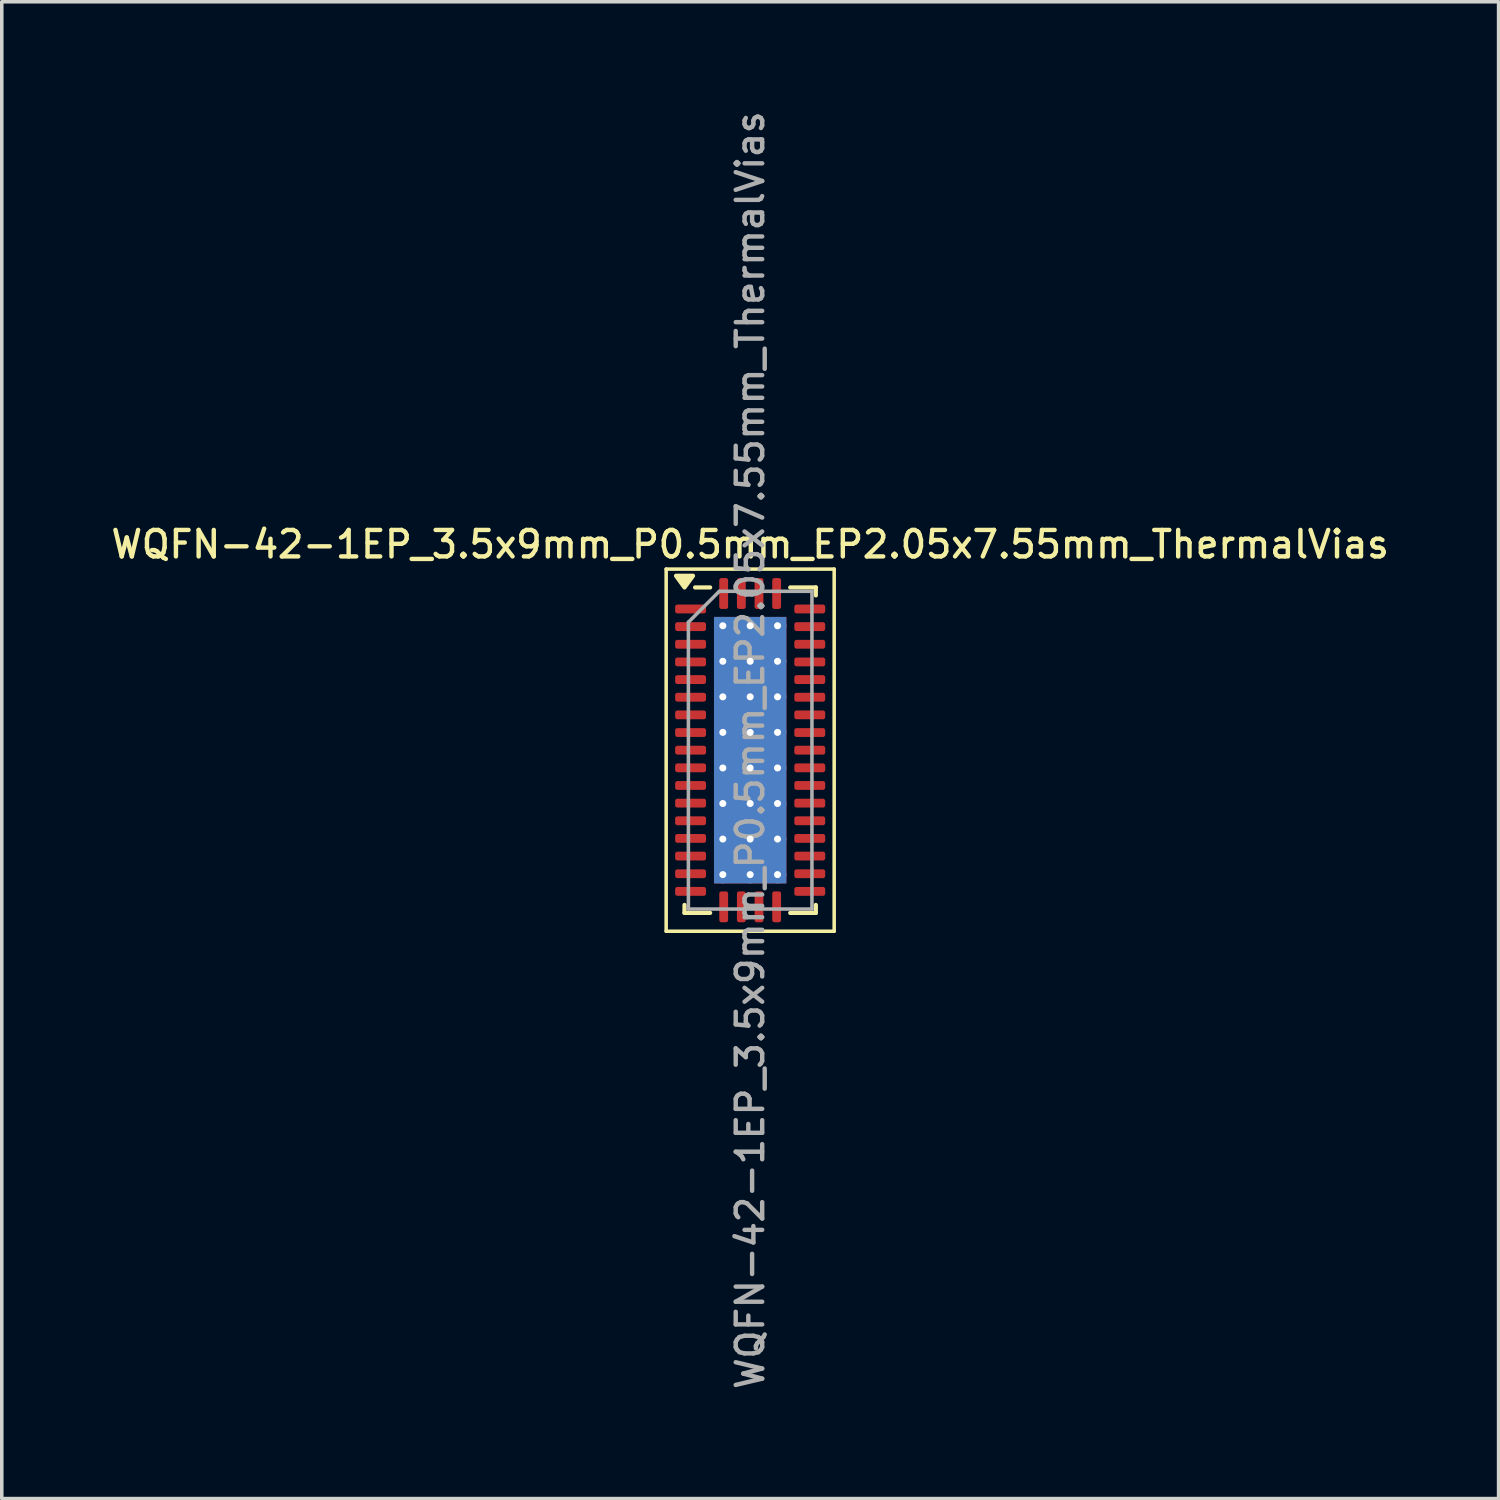
<source format=kicad_pcb>
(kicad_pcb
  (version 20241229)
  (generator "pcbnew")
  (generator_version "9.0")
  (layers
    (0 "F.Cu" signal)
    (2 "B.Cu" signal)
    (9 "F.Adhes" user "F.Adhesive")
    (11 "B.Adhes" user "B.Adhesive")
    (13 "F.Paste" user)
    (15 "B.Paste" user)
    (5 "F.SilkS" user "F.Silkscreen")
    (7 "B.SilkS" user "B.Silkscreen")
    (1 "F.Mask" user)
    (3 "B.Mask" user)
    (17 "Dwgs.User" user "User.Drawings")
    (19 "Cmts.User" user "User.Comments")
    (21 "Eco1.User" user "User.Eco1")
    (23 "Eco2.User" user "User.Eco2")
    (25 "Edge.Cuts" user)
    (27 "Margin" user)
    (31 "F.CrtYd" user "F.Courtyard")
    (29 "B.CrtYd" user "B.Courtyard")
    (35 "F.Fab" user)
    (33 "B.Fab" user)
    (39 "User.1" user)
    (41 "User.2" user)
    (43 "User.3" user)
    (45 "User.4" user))
  (footprint "WQFN-42-1EP_3.5x9mm_P0.5mm_EP2.05x7.55mm_ThermalVias"
    (layer "F.Cu")
    (at 18.202 18.202)
    (property "Reference" "WQFN-42-1EP_3.5x9mm_P0.5mm_EP2.05x7.55mm_ThermalVias" (at 0 -5.83 0) (layer "F.SilkS") (effects (font (size 0.75 0.75) (thickness 0.125))))
    (attr smd)
    (fp_line (start -2.38 -5.13) (end -2.38 5.13) (stroke (width 0.1) (type solid)) (layer "F.SilkS"))
    (fp_line (start -2.38 5.13) (end 2.38 5.13) (stroke (width 0.1) (type solid)) (layer "F.SilkS"))
    (fp_line (start -1.86 4.61) (end -1.86 4.385) (stroke (width 0.12) (type solid)) (layer "F.SilkS"))
    (fp_line (start -1.135 -4.61) (end -1.56 -4.61) (stroke (width 0.12) (type solid)) (layer "F.SilkS"))
    (fp_line (start -1.135 4.61) (end -1.86 4.61) (stroke (width 0.12) (type solid)) (layer "F.SilkS"))
    (fp_line (start 1.135 -4.61) (end 1.86 -4.61) (stroke (width 0.12) (type solid)) (layer "F.SilkS"))
    (fp_line (start 1.135 4.61) (end 1.86 4.61) (stroke (width 0.12) (type solid)) (layer "F.SilkS"))
    (fp_line (start 1.86 -4.61) (end 1.86 -4.385) (stroke (width 0.12) (type solid)) (layer "F.SilkS"))
    (fp_line (start 1.86 4.61) (end 1.86 4.385) (stroke (width 0.12) (type solid)) (layer "F.SilkS"))
    (fp_line (start 2.38 -5.13) (end -2.38 -5.13) (stroke (width 0.1) (type solid)) (layer "F.SilkS"))
    (fp_line (start 2.38 5.13) (end 2.38 -5.13) (stroke (width 0.1) (type solid)) (layer "F.SilkS"))
    (fp_poly (pts (xy -1.86 -4.61) (xy -2.1 -4.94) (xy -1.62 -4.94) (xy -1.86 -4.61)) (stroke (width 0.12) (type solid)) (fill yes) (layer "F.SilkS"))
    (fp_line (start -1.75 -3.625) (end -0.875 -4.5) (stroke (width 0.1) (type solid)) (layer "F.Fab"))
    (fp_line (start -1.75 4.5) (end -1.75 -3.625) (stroke (width 0.1) (type solid)) (layer "F.Fab"))
    (fp_line (start -0.875 -4.5) (end 1.75 -4.5) (stroke (width 0.1) (type solid)) (layer "F.Fab"))
    (fp_line (start 1.75 -4.5) (end 1.75 4.5) (stroke (width 0.1) (type solid)) (layer "F.Fab"))
    (fp_line (start 1.75 4.5) (end -1.75 4.5) (stroke (width 0.1) (type solid)) (layer "F.Fab"))
    (fp_text user "${REFERENCE}" (at 0 0 90) (layer "F.Fab") (effects (font (size 0.75 0.75) (thickness 0.125))))
    (pad "" smd roundrect (at -0.51 -3.24) (size 0.83 0.87) (layers "F.Paste") (roundrect_rratio 0.25))
    (pad "" smd roundrect (at -0.51 -2.16) (size 0.83 0.87) (layers "F.Paste") (roundrect_rratio 0.25))
    (pad "" smd roundrect (at -0.51 -1.08) (size 0.83 0.87) (layers "F.Paste") (roundrect_rratio 0.25))
    (pad "" smd roundrect (at -0.51 0) (size 0.83 0.87) (layers "F.Paste") (roundrect_rratio 0.25))
    (pad "" smd roundrect (at -0.51 1.08) (size 0.83 0.87) (layers "F.Paste") (roundrect_rratio 0.25))
    (pad "" smd roundrect (at -0.51 2.16) (size 0.83 0.87) (layers "F.Paste") (roundrect_rratio 0.25))
    (pad "" smd roundrect (at -0.51 3.24) (size 0.83 0.87) (layers "F.Paste") (roundrect_rratio 0.25))
    (pad "" smd roundrect (at 0.51 -3.24) (size 0.83 0.87) (layers "F.Paste") (roundrect_rratio 0.25))
    (pad "" smd roundrect (at 0.51 -2.16) (size 0.83 0.87) (layers "F.Paste") (roundrect_rratio 0.25))
    (pad "" smd roundrect (at 0.51 -1.08) (size 0.83 0.87) (layers "F.Paste") (roundrect_rratio 0.25))
    (pad "" smd roundrect (at 0.51 0) (size 0.83 0.87) (layers "F.Paste") (roundrect_rratio 0.25))
    (pad "" smd roundrect (at 0.51 1.08) (size 0.83 0.87) (layers "F.Paste") (roundrect_rratio 0.25))
    (pad "" smd roundrect (at 0.51 2.16) (size 0.83 0.87) (layers "F.Paste") (roundrect_rratio 0.25))
    (pad "" smd roundrect (at 0.51 3.24) (size 0.83 0.87) (layers "F.Paste") (roundrect_rratio 0.25))
    (pad "1" smd roundrect (at -1.688 -4) (size 0.875 0.25) (layers "F.Cu" "F.Mask" "F.Paste") (roundrect_rratio 0.25))
    (pad "2" smd roundrect (at -1.688 -3.5) (size 0.875 0.25) (layers "F.Cu" "F.Mask" "F.Paste") (roundrect_rratio 0.25))
    (pad "3" smd roundrect (at -1.688 -3) (size 0.875 0.25) (layers "F.Cu" "F.Mask" "F.Paste") (roundrect_rratio 0.25))
    (pad "4" smd roundrect (at -1.688 -2.5) (size 0.875 0.25) (layers "F.Cu" "F.Mask" "F.Paste") (roundrect_rratio 0.25))
    (pad "5" smd roundrect (at -1.688 -2) (size 0.875 0.25) (layers "F.Cu" "F.Mask" "F.Paste") (roundrect_rratio 0.25))
    (pad "6" smd roundrect (at -1.688 -1.5) (size 0.875 0.25) (layers "F.Cu" "F.Mask" "F.Paste") (roundrect_rratio 0.25))
    (pad "7" smd roundrect (at -1.688 -1) (size 0.875 0.25) (layers "F.Cu" "F.Mask" "F.Paste") (roundrect_rratio 0.25))
    (pad "8" smd roundrect (at -1.688 -0.5) (size 0.875 0.25) (layers "F.Cu" "F.Mask" "F.Paste") (roundrect_rratio 0.25))
    (pad "9" smd roundrect (at -1.688 0) (size 0.875 0.25) (layers "F.Cu" "F.Mask" "F.Paste") (roundrect_rratio 0.25))
    (pad "10" smd roundrect (at -1.688 0.5) (size 0.875 0.25) (layers "F.Cu" "F.Mask" "F.Paste") (roundrect_rratio 0.25))
    (pad "11" smd roundrect (at -1.688 1) (size 0.875 0.25) (layers "F.Cu" "F.Mask" "F.Paste") (roundrect_rratio 0.25))
    (pad "12" smd roundrect (at -1.688 1.5) (size 0.875 0.25) (layers "F.Cu" "F.Mask" "F.Paste") (roundrect_rratio 0.25))
    (pad "13" smd roundrect (at -1.688 2) (size 0.875 0.25) (layers "F.Cu" "F.Mask" "F.Paste") (roundrect_rratio 0.25))
    (pad "14" smd roundrect (at -1.688 2.5) (size 0.875 0.25) (layers "F.Cu" "F.Mask" "F.Paste") (roundrect_rratio 0.25))
    (pad "15" smd roundrect (at -1.688 3) (size 0.875 0.25) (layers "F.Cu" "F.Mask" "F.Paste") (roundrect_rratio 0.25))
    (pad "16" smd roundrect (at -1.688 3.5) (size 0.875 0.25) (layers "F.Cu" "F.Mask" "F.Paste") (roundrect_rratio 0.25))
    (pad "17" smd roundrect (at -1.688 4) (size 0.875 0.25) (layers "F.Cu" "F.Mask" "F.Paste") (roundrect_rratio 0.25))
    (pad "18" smd roundrect (at -0.75 4.438) (size 0.25 0.875) (layers "F.Cu" "F.Mask" "F.Paste") (roundrect_rratio 0.25))
    (pad "19" smd roundrect (at -0.25 4.438) (size 0.25 0.875) (layers "F.Cu" "F.Mask" "F.Paste") (roundrect_rratio 0.25))
    (pad "20" smd roundrect (at 0.25 4.438) (size 0.25 0.875) (layers "F.Cu" "F.Mask" "F.Paste") (roundrect_rratio 0.25))
    (pad "21" smd roundrect (at 0.75 4.438) (size 0.25 0.875) (layers "F.Cu" "F.Mask" "F.Paste") (roundrect_rratio 0.25))
    (pad "22" smd roundrect (at 1.688 4) (size 0.875 0.25) (layers "F.Cu" "F.Mask" "F.Paste") (roundrect_rratio 0.25))
    (pad "23" smd roundrect (at 1.688 3.5) (size 0.875 0.25) (layers "F.Cu" "F.Mask" "F.Paste") (roundrect_rratio 0.25))
    (pad "24" smd roundrect (at 1.688 3) (size 0.875 0.25) (layers "F.Cu" "F.Mask" "F.Paste") (roundrect_rratio 0.25))
    (pad "25" smd roundrect (at 1.688 2.5) (size 0.875 0.25) (layers "F.Cu" "F.Mask" "F.Paste") (roundrect_rratio 0.25))
    (pad "26" smd roundrect (at 1.688 2) (size 0.875 0.25) (layers "F.Cu" "F.Mask" "F.Paste") (roundrect_rratio 0.25))
    (pad "27" smd roundrect (at 1.688 1.5) (size 0.875 0.25) (layers "F.Cu" "F.Mask" "F.Paste") (roundrect_rratio 0.25))
    (pad "28" smd roundrect (at 1.688 1) (size 0.875 0.25) (layers "F.Cu" "F.Mask" "F.Paste") (roundrect_rratio 0.25))
    (pad "29" smd roundrect (at 1.688 0.5) (size 0.875 0.25) (layers "F.Cu" "F.Mask" "F.Paste") (roundrect_rratio 0.25))
    (pad "30" smd roundrect (at 1.688 0) (size 0.875 0.25) (layers "F.Cu" "F.Mask" "F.Paste") (roundrect_rratio 0.25))
    (pad "31" smd roundrect (at 1.688 -0.5) (size 0.875 0.25) (layers "F.Cu" "F.Mask" "F.Paste") (roundrect_rratio 0.25))
    (pad "32" smd roundrect (at 1.688 -1) (size 0.875 0.25) (layers "F.Cu" "F.Mask" "F.Paste") (roundrect_rratio 0.25))
    (pad "33" smd roundrect (at 1.688 -1.5) (size 0.875 0.25) (layers "F.Cu" "F.Mask" "F.Paste") (roundrect_rratio 0.25))
    (pad "34" smd roundrect (at 1.688 -2) (size 0.875 0.25) (layers "F.Cu" "F.Mask" "F.Paste") (roundrect_rratio 0.25))
    (pad "35" smd roundrect (at 1.688 -2.5) (size 0.875 0.25) (layers "F.Cu" "F.Mask" "F.Paste") (roundrect_rratio 0.25))
    (pad "36" smd roundrect (at 1.688 -3) (size 0.875 0.25) (layers "F.Cu" "F.Mask" "F.Paste") (roundrect_rratio 0.25))
    (pad "37" smd roundrect (at 1.688 -3.5) (size 0.875 0.25) (layers "F.Cu" "F.Mask" "F.Paste") (roundrect_rratio 0.25))
    (pad "38" smd roundrect (at 1.688 -4) (size 0.875 0.25) (layers "F.Cu" "F.Mask" "F.Paste") (roundrect_rratio 0.25))
    (pad "39" smd roundrect (at 0.75 -4.438) (size 0.25 0.875) (layers "F.Cu" "F.Mask" "F.Paste") (roundrect_rratio 0.25))
    (pad "40" smd roundrect (at 0.25 -4.438) (size 0.25 0.875) (layers "F.Cu" "F.Mask" "F.Paste") (roundrect_rratio 0.25))
    (pad "41" smd roundrect (at -0.25 -4.438) (size 0.25 0.875) (layers "F.Cu" "F.Mask" "F.Paste") (roundrect_rratio 0.25))
    (pad "42" smd roundrect (at -0.75 -4.438) (size 0.25 0.875) (layers "F.Cu" "F.Mask" "F.Paste") (roundrect_rratio 0.25))
    (pad "43" thru_hole circle (at -0.775 -3.525) (size 0.5 0.5) (drill 0.2) (property pad_prop_heatsink) (layers "*.Cu"))
    (pad "43" thru_hole circle (at -0.775 -2.518) (size 0.5 0.5) (drill 0.2) (property pad_prop_heatsink) (layers "*.Cu"))
    (pad "43" thru_hole circle (at -0.775 -1.511) (size 0.5 0.5) (drill 0.2) (property pad_prop_heatsink) (layers "*.Cu"))
    (pad "43" thru_hole circle (at -0.775 -0.504) (size 0.5 0.5) (drill 0.2) (property pad_prop_heatsink) (layers "*.Cu"))
    (pad "43" thru_hole circle (at -0.775 0.504) (size 0.5 0.5) (drill 0.2) (property pad_prop_heatsink) (layers "*.Cu"))
    (pad "43" thru_hole circle (at -0.775 1.511) (size 0.5 0.5) (drill 0.2) (property pad_prop_heatsink) (layers "*.Cu"))
    (pad "43" thru_hole circle (at -0.775 2.518) (size 0.5 0.5) (drill 0.2) (property pad_prop_heatsink) (layers "*.Cu"))
    (pad "43" thru_hole circle (at -0.775 3.525) (size 0.5 0.5) (drill 0.2) (property pad_prop_heatsink) (layers "*.Cu"))
    (pad "43" thru_hole circle (at 0 -3.525) (size 0.5 0.5) (drill 0.2) (property pad_prop_heatsink) (layers "*.Cu"))
    (pad "43" thru_hole circle (at 0 -2.518) (size 0.5 0.5) (drill 0.2) (property pad_prop_heatsink) (layers "*.Cu"))
    (pad "43" thru_hole circle (at 0 -1.511) (size 0.5 0.5) (drill 0.2) (property pad_prop_heatsink) (layers "*.Cu"))
    (pad "43" thru_hole circle (at 0 -0.504) (size 0.5 0.5) (drill 0.2) (property pad_prop_heatsink) (layers "*.Cu"))
    (pad "43" smd rect (at 0 0) (size 2.05 7.55) (property pad_prop_heatsink) (layers "F.Cu" "F.Mask"))
    (pad "43" smd rect (at 0 0) (size 2.05 7.55) (property pad_prop_heatsink) (layers "B.Cu"))
    (pad "43" thru_hole circle (at 0 0.504) (size 0.5 0.5) (drill 0.2) (property pad_prop_heatsink) (layers "*.Cu"))
    (pad "43" thru_hole circle (at 0 1.511) (size 0.5 0.5) (drill 0.2) (property pad_prop_heatsink) (layers "*.Cu"))
    (pad "43" thru_hole circle (at 0 2.518) (size 0.5 0.5) (drill 0.2) (property pad_prop_heatsink) (layers "*.Cu"))
    (pad "43" thru_hole circle (at 0 3.525) (size 0.5 0.5) (drill 0.2) (property pad_prop_heatsink) (layers "*.Cu"))
    (pad "43" thru_hole circle (at 0.775 -3.525) (size 0.5 0.5) (drill 0.2) (property pad_prop_heatsink) (layers "*.Cu"))
    (pad "43" thru_hole circle (at 0.775 -2.518) (size 0.5 0.5) (drill 0.2) (property pad_prop_heatsink) (layers "*.Cu"))
    (pad "43" thru_hole circle (at 0.775 -1.511) (size 0.5 0.5) (drill 0.2) (property pad_prop_heatsink) (layers "*.Cu"))
    (pad "43" thru_hole circle (at 0.775 -0.504) (size 0.5 0.5) (drill 0.2) (property pad_prop_heatsink) (layers "*.Cu"))
    (pad "43" thru_hole circle (at 0.775 0.504) (size 0.5 0.5) (drill 0.2) (property pad_prop_heatsink) (layers "*.Cu"))
    (pad "43" thru_hole circle (at 0.775 1.511) (size 0.5 0.5) (drill 0.2) (property pad_prop_heatsink) (layers "*.Cu"))
    (pad "43" thru_hole circle (at 0.775 2.518) (size 0.5 0.5) (drill 0.2) (property pad_prop_heatsink) (layers "*.Cu"))
    (pad "43" thru_hole circle (at 0.775 3.525) (size 0.5 0.5) (drill 0.2) (property pad_prop_heatsink) (layers "*.Cu")))
  (gr_rect
    (start -3 -3)
    (end 39.404 39.404)
    (stroke (width 0.1) (type default))
    (fill no)
    (layer "Edge.Cuts")))
</source>
